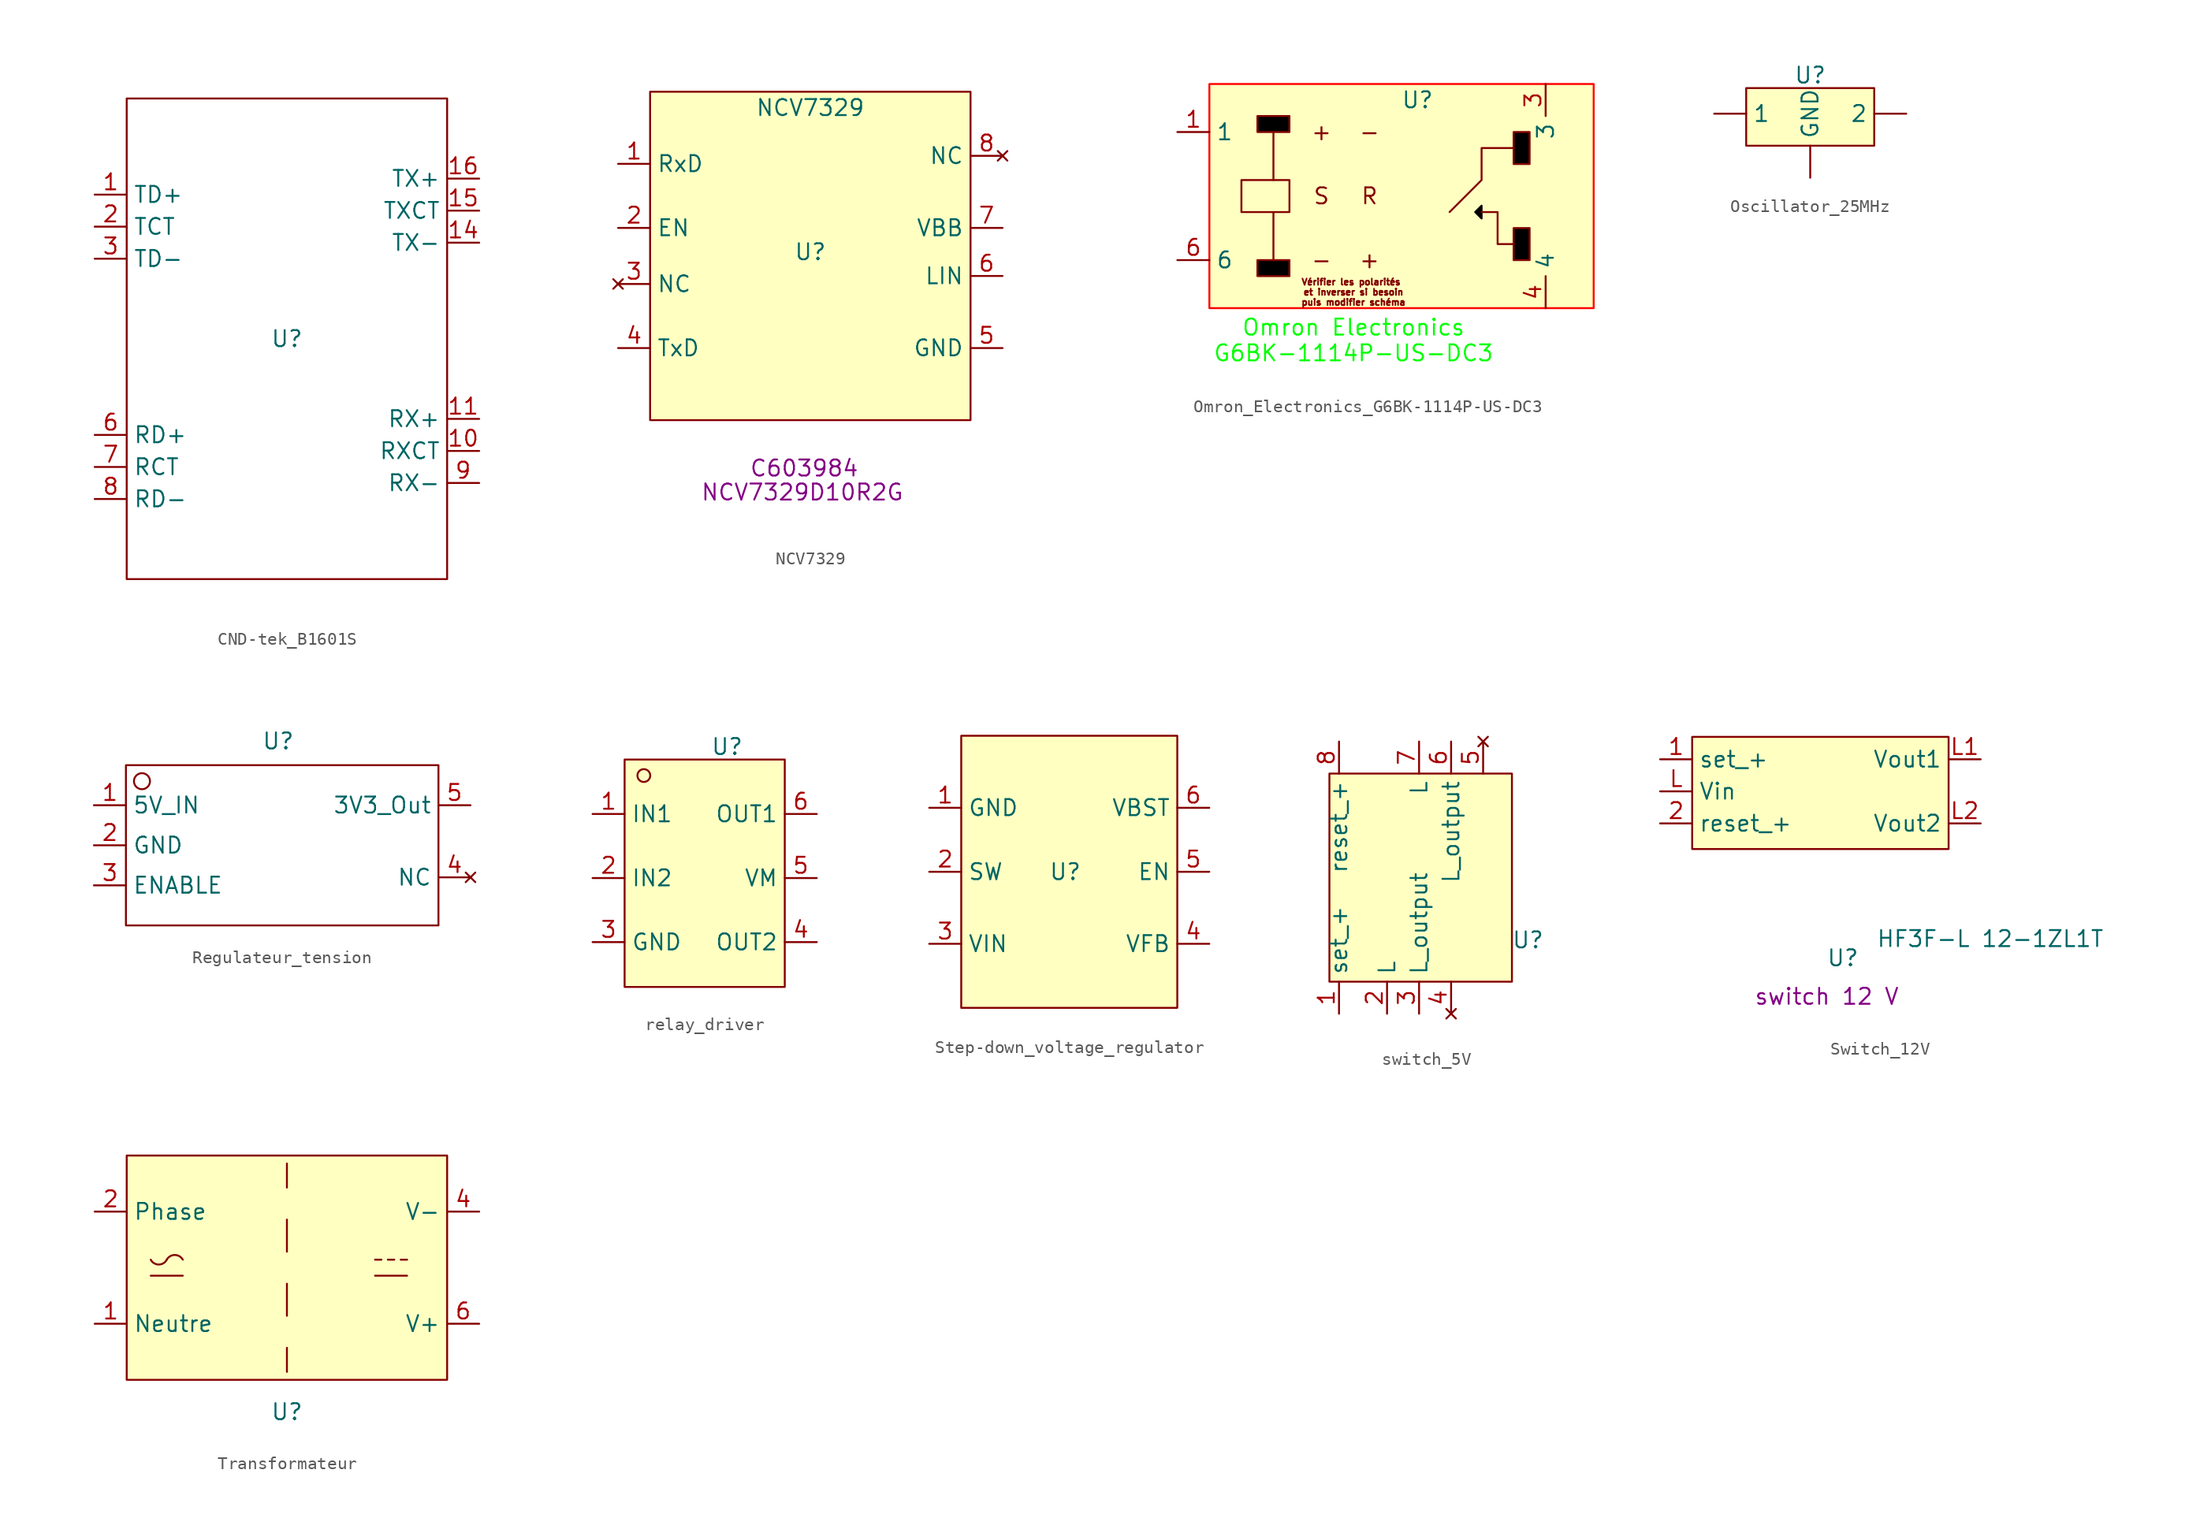
<source format=kicad_sym>
(kicad_symbol_lib
  (version 20231120)
  (generator "kicad_symbol_editor")
  (generator_version "8.0")
  (symbol "CND-tek_B1601S"
    (property "Reference" "U"
      (at 0 0 0)
      (effects (font (size 1.27 1.27))))
    (property "Value" ""
      (at 0 0 0)
      (effects (font (size 1.27 1.27))))
    (symbol "CND-tek_B1601S_0_1"
      (rectangle (start -12.7 19.05) (end 12.7 -19.05) (stroke (width 0) (type default)) (fill (type none))))
    (symbol "CND-tek_B1601S_1_1"
      (pin input line (at -15.24 11.43 0) (length 2.54) (name "TD+" (effects (font (size 1.27 1.27)))) (number "1" (effects (font (size 1.27 1.27)))))
      (pin power_in line (at 15.24 -8.89 180) (length 2.54) (name "RXCT" (effects (font (size 1.27 1.27)))) (number "10" (effects (font (size 1.27 1.27)))))
      (pin input line (at 15.24 -6.35 180) (length 2.54) (name "RX+" (effects (font (size 1.27 1.27)))) (number "11" (effects (font (size 1.27 1.27)))))
      (pin output line (at 15.24 7.62 180) (length 2.54) (name "TX-" (effects (font (size 1.27 1.27)))) (number "14" (effects (font (size 1.27 1.27)))))
      (pin power_in line (at 15.24 10.16 180) (length 2.54) (name "TXCT" (effects (font (size 1.27 1.27)))) (number "15" (effects (font (size 1.27 1.27)))))
      (pin output line (at 15.24 12.7 180) (length 2.54) (name "TX+" (effects (font (size 1.27 1.27)))) (number "16" (effects (font (size 1.27 1.27)))))
      (pin power_in line (at -15.24 8.89 0) (length 2.54) (name "TCT" (effects (font (size 1.27 1.27)))) (number "2" (effects (font (size 1.27 1.27)))))
      (pin input line (at -15.24 6.35 0) (length 2.54) (name "TD-" (effects (font (size 1.27 1.27)))) (number "3" (effects (font (size 1.27 1.27)))))
      (pin output line (at -15.24 -7.62 0) (length 2.54) (name "RD+" (effects (font (size 1.27 1.27)))) (number "6" (effects (font (size 1.27 1.27)))))
      (pin power_in line (at -15.24 -10.16 0) (length 2.54) (name "RCT" (effects (font (size 1.27 1.27)))) (number "7" (effects (font (size 1.27 1.27)))))
      (pin output line (at -15.24 -12.7 0) (length 2.54) (name "RD-" (effects (font (size 1.27 1.27)))) (number "8" (effects (font (size 1.27 1.27)))))
      (pin power_in line (at 15.24 -11.43 180) (length 2.54) (name "RX-" (effects (font (size 1.27 1.27)))) (number "9" (effects (font (size 1.27 1.27)))))))
  (symbol "NCV7329"
    (property "Reference" "U"
      (at 0 0 0)
      (effects (font (size 1.27 1.27))))
    (property "Value" "NCV7329"
      (at 0 11.43 0)
      (effects (font (size 1.27 1.27))))
    (property "MPN" "NCV7329D10R2G"
      (at -0.635 -19.05 0)
      (effects (font (size 1.27 1.27))))
    (property "LCSC" "C603984 "
      (at 0 -17.145 0)
      (effects (font (size 1.27 1.27))))
    (symbol "NCV7329_1_1"
      (rectangle (start -12.7 12.7) (end 12.7 -13.335) (stroke (width 0) (type default)) (fill (type background)))
      (pin output line (at -15.24 6.985 0) (length 2.54) (name "RxD" (effects (font (size 1.27 1.27)))) (number "1" (effects (font (size 1.27 1.27)))))
      (pin input line (at -15.24 1.905 0) (length 2.54) (name "EN" (effects (font (size 1.27 1.27)))) (number "2" (effects (font (size 1.27 1.27)))))
      (pin no_connect line (at -15.24 -2.54 0) (length 2.54) (name "NC" (effects (font (size 1.27 1.27)))) (number "3" (effects (font (size 1.27 1.27)))))
      (pin input line (at -15.24 -7.62 0) (length 2.54) (name "TxD" (effects (font (size 1.27 1.27)))) (number "4" (effects (font (size 1.27 1.27)))))
      (pin power_in line (at 15.24 -7.62 180) (length 2.54) (name "GND" (effects (font (size 1.27 1.27)))) (number "5" (effects (font (size 1.27 1.27)))))
      (pin bidirectional line (at 15.24 -1.905 180) (length 2.54) (name "LIN" (effects (font (size 1.27 1.27)))) (number "6" (effects (font (size 1.27 1.27)))))
      (pin power_in line (at 15.24 1.905 180) (length 2.54) (name "VBB" (effects (font (size 1.27 1.27)))) (number "7" (effects (font (size 1.27 1.27)))))
      (pin no_connect line (at 15.24 7.62 180) (length 2.54) (name "NC" (effects (font (size 1.27 1.27)))) (number "8" (effects (font (size 1.27 1.27)))))))
  (symbol "Omron_Electronics_G6BK-1114P-US-DC3"
    (property "Reference" "U"
      (at 1.27 7.62 0)
      (effects (font (size 1.27 1.27))))
    (property "Value" ""
      (at -20.32 0 0)
      (effects (font (size 1.27 1.27))))
    (symbol "Omron_Electronics_G6BK-1114P-US-DC3_1_1"
      (rectangle (start -15.24 8.89) (end 15.24 -8.89) (stroke (width 0) (type default) (color 255 0 0 1)) (fill (type background)))
      (rectangle (start -12.7 1.27) (end -8.89 -1.27) (stroke (width 0) (type default)) (fill (type none)))
      (rectangle (start -11.43 -5.08) (end -8.89 -6.35) (stroke (width 0) (type default)) (fill (type color) (color 0 0 0 1)))
      (rectangle (start -11.43 6.35) (end -8.89 5.08) (stroke (width 0) (type default)) (fill (type color) (color 0 0 0 1)))
      (polyline (pts (xy -10.16 -1.27) (xy -10.16 -5.08)) (stroke (width 0) (type default)) (fill (type none)))
      (polyline (pts (xy -10.16 5.08) (xy -10.16 1.27)) (stroke (width 0) (type default)) (fill (type none)))
      (polyline (pts (xy 6.35 -1.778) (xy 5.842 -1.27) (xy 6.35 -0.762) (xy 6.35 -1.778)) (stroke (width 0) (type default) (color 0 0 0 1)) (fill (type color) (color 0 0 0 1)))
      (polyline (pts (xy 8.89 -3.81) (xy 7.62 -3.81) (xy 7.62 -1.27) (xy 6.35 -1.27)) (stroke (width 0) (type default)) (fill (type none)))
      (polyline (pts (xy 8.89 3.81) (xy 6.35 3.81) (xy 6.35 1.27) (xy 3.81 -1.27)) (stroke (width 0) (type default)) (fill (type none)))
      (rectangle (start 8.89 -2.54) (end 10.16 -5.08) (stroke (width 0) (type default)) (fill (type color) (color 0 0 0 1)))
      (rectangle (start 8.89 2.54) (end 10.16 5.08) (stroke (width 0) (type default)) (fill (type color) (color 0 0 0 1)))
      (text "+" (at -6.35 5.08 0) (effects (font (size 1.27 1.27))))
      (text "+" (at -2.54 -5.08 0) (effects (font (size 1.27 1.27))))
      (text "-" (at -6.35 -5.08 0) (effects (font (size 1.27 1.27))))
      (text "-" (at -2.54 5.08 0) (effects (font (size 1.27 1.27))))
      (text "Omron Electronics\nG6BK-1114P-US-DC3" (at -3.81 -11.43 0) (effects (font (size 1.27 1.27) (color 0 255 0 1))))
      (text "R" (at -2.54 0 0) (effects (font (size 1.27 1.27))))
      (text "S" (at -6.35 0 0) (effects (font (size 1.27 1.27))))
      (text "Vérifier les polarités \net inverser si besoin\npuis modifier schéma" (at -3.81 -7.62 0) (effects (font (size 0.5 0.5))))
      (pin input line (at -17.78 5.08 0) (length 2.54) (name "1" (effects (font (size 1.27 1.27)))) (number "1" (effects (font (size 1.27 1.27)))))
      (pin power_out line (at 11.43 8.89 270) (length 2.54) (name "3" (effects (font (size 1.27 1.27)))) (number "3" (effects (font (size 1.27 1.27)))))
      (pin power_in line (at 11.43 -8.89 90) (length 2.54) (name "4" (effects (font (size 1.27 1.27)))) (number "4" (effects (font (size 1.27 1.27)))))
      (pin input line (at -17.78 -5.08 0) (length 2.54) (name "6" (effects (font (size 1.27 1.27)))) (number "6" (effects (font (size 1.27 1.27)))))))
  (symbol "Oscillator_25MHz"
    (property "Reference" "U"
      (at 0 3.048 0)
      (effects (font (size 1.27 1.27))))
    (property "Value" ""
      (at 0 0 0)
      (effects (font (size 1.27 1.27))))
    (symbol "Oscillator_25MHz_1_1"
      (rectangle (start -5.08 2.032) (end 5.08 -2.54) (stroke (width 0) (type default)) (fill (type background)))
      (pin input line (at -7.62 0 0) (length 2.54) (name "1" (effects (font (size 1.27 1.27)))) (number "" (effects (font (size 1.27 1.27)))))
      (pin output line (at 7.62 0 180) (length 2.54) (name "2" (effects (font (size 1.27 1.27)))) (number "" (effects (font (size 1.27 1.27)))))
      (pin output line (at 0 -5.08 90) (length 2.54) (name "GND" (effects (font (size 1.27 1.27)))) (number "" (effects (font (size 1.27 1.27)))))))
  (symbol "Regulateur_tension"
    (property "Reference" "U"
      (at 0 8.255 0)
      (effects (font (size 1.27 1.27))))
    (property "Value" ""
      (at 0 0 0)
      (effects (font (size 1.27 1.27))))
    (symbol "Regulateur_tension_0_1"
      (circle (center -10.795 5.08) (radius 0.635) (stroke (width 0) (type default)) (fill (type none)))
      (rectangle (start 12.7 6.35) (end -12.065 -6.35) (stroke (width 0) (type default)) (fill (type none))))
    (symbol "Regulateur_tension_1_1"
      (pin power_in line (at -14.605 3.175 0) (length 2.54) (name "5V_IN" (effects (font (size 1.27 1.27)))) (number "1" (effects (font (size 1.27 1.27)))))
      (pin power_in line (at -14.605 0 0) (length 2.54) (name "GND" (effects (font (size 1.27 1.27)))) (number "2" (effects (font (size 1.27 1.27)))))
      (pin input line (at -14.605 -3.175 0) (length 2.54) (name "ENABLE" (effects (font (size 1.27 1.27)))) (number "3" (effects (font (size 1.27 1.27)))))
      (pin no_connect line (at 15.24 -2.54 180) (length 2.54) (name "NC" (effects (font (size 1.27 1.27)))) (number "4" (effects (font (size 1.27 1.27)))))
      (pin power_out line (at 15.24 3.175 180) (length 2.54) (name "3V3_Out" (effects (font (size 1.27 1.27)))) (number "5" (effects (font (size 1.27 1.27)))))))
  (symbol "relay_driver"
    (property "Reference" "U"
      (at 0.508 7.874 0)
      (effects (font (size 1.27 1.27))))
    (property "Value" ""
      (at 0 0 0)
      (effects (font (size 1.27 1.27))))
    (symbol "relay_driver_1_1"
      (rectangle (start -7.62 6.858) (end 5.08 -11.176) (stroke (width 0) (type default)) (fill (type background)))
      (circle (center -6.096 5.588) (radius 0.508) (stroke (width 0) (type default)) (fill (type none)))
      (pin input line (at -10.16 2.54 0) (length 2.54) (name "IN1" (effects (font (size 1.27 1.27)))) (number "1" (effects (font (size 1.27 1.27)))))
      (pin input line (at -10.16 -2.54 0) (length 2.54) (name "IN2" (effects (font (size 1.27 1.27)))) (number "2" (effects (font (size 1.27 1.27)))))
      (pin passive line (at -10.16 -7.62 0) (length 2.54) (name "GND" (effects (font (size 1.27 1.27)))) (number "3" (effects (font (size 1.27 1.27)))))
      (pin output line (at 7.62 -7.62 180) (length 2.54) (name "OUT2" (effects (font (size 1.27 1.27)))) (number "4" (effects (font (size 1.27 1.27)))))
      (pin power_in line (at 7.62 -2.54 180) (length 2.54) (name "VM" (effects (font (size 1.27 1.27)))) (number "5" (effects (font (size 1.27 1.27)))))
      (pin output line (at 7.62 2.54 180) (length 2.54) (name "OUT1" (effects (font (size 1.27 1.27)))) (number "6" (effects (font (size 1.27 1.27)))))))
  (symbol "Step-down_voltage_regulator"
    (property "Reference" "U"
      (at 0 0 0)
      (effects (font (size 1.27 1.27))))
    (property "Value" ""
      (at 0 0 0)
      (effects (font (size 1.27 1.27))))
    (symbol "Step-down_voltage_regulator_1_1"
      (rectangle (start -8.255 10.795) (end 8.89 -10.795) (stroke (width 0) (type default)) (fill (type background)))
      (pin input line (at -10.795 5.08 0) (length 2.54) (name "GND" (effects (font (size 1.27 1.27)))) (number "1" (effects (font (size 1.27 1.27)))))
      (pin output line (at -10.795 0 0) (length 2.54) (name "SW" (effects (font (size 1.27 1.27)))) (number "2" (effects (font (size 1.27 1.27)))))
      (pin input line (at -10.795 -5.715 0) (length 2.54) (name "VIN" (effects (font (size 1.27 1.27)))) (number "3" (effects (font (size 1.27 1.27)))))
      (pin input line (at 11.43 -5.715 180) (length 2.54) (name "VFB" (effects (font (size 1.27 1.27)))) (number "4" (effects (font (size 1.27 1.27)))))
      (pin input line (at 11.43 0 180) (length 2.54) (name "EN" (effects (font (size 1.27 1.27)))) (number "5" (effects (font (size 1.27 1.27)))))
      (pin output line (at 11.43 5.08 180) (length 2.54) (name "VBST" (effects (font (size 1.27 1.27)))) (number "6" (effects (font (size 1.27 1.27)))))))
  (symbol "switch_5V"
    (property "Reference" "U"
      (at 8.636 -4.318 0)
      (effects (font (size 1.27 1.27))))
    (property "Value" ""
      (at 0 0 0)
      (effects (font (size 1.27 1.27))))
    (symbol "switch_5V_1_1"
      (rectangle (start -7.112 8.89) (end 7.366 -7.62) (stroke (width 0) (type default)) (fill (type background)))
      (pin bidirectional line (at -6.35 -10.16 90) (length 2.54) (name "set_+" (effects (font (size 1.27 1.27)))) (number "1" (effects (font (size 1.27 1.27)))))
      (pin power_in line (at -2.54 -10.16 90) (length 2.54) (name "L" (effects (font (size 1.27 1.27)))) (number "2" (effects (font (size 1.27 1.27)))))
      (pin power_out line (at 0 -10.16 90) (length 2.54) (name "L_output" (effects (font (size 1.27 1.27)))) (number "3" (effects (font (size 1.27 1.27)))))
      (pin no_connect line (at 2.54 -10.16 90) (length 2.54) (name "" (effects (font (size 1.27 1.27)))) (number "4" (effects (font (size 1.27 1.27)))))
      (pin no_connect line (at 5.08 11.43 270) (length 2.54) (name "" (effects (font (size 1.27 1.27)))) (number "5" (effects (font (size 1.27 1.27)))))
      (pin power_out line (at 2.54 11.43 270) (length 2.54) (name "L_output" (effects (font (size 1.27 1.27)))) (number "6" (effects (font (size 1.27 1.27)))))
      (pin power_in line (at 0 11.43 270) (length 2.54) (name "L" (effects (font (size 1.27 1.27)))) (number "7" (effects (font (size 1.27 1.27)))))
      (pin bidirectional line (at -6.35 11.43 270) (length 2.54) (name "reset_+" (effects (font (size 1.27 1.27)))) (number "8" (effects (font (size 1.27 1.27)))))))
  (symbol "Switch_12V"
    (property "Reference" "U"
      (at 1.778 -13.208 0)
      (effects (font (size 1.27 1.27))))
    (property "Value" "HF3F-L 12-1ZL1T"
      (at 13.462 -11.684 0)
      (effects (font (size 1.27 1.27))))
    (property "Description" "switch 12 V"
      (at 0.508 -16.256 0)
      (effects (font (size 1.27 1.27))))
    (symbol "Switch_12V_1_1"
      (rectangle (start -10.16 4.318) (end 10.16 -4.572) (stroke (width 0) (type default)) (fill (type background)))
      (pin input line (at -12.7 2.54 0) (length 2.54) (name "set_+" (effects (font (size 1.27 1.27)))) (number "1" (effects (font (size 1.27 1.27)))))
      (pin input line (at -12.7 -2.54 0) (length 2.54) (name "reset_+" (effects (font (size 1.27 1.27)))) (number "2" (effects (font (size 1.27 1.27)))))
      (pin input line (at -12.7 0 0) (length 2.54) (name "Vin" (effects (font (size 1.27 1.27)))) (number "L" (effects (font (size 1.27 1.27)))))
      (pin output line (at 12.7 2.54 180) (length 2.54) (name "Vout1" (effects (font (size 1.27 1.27)))) (number "L1" (effects (font (size 1.27 1.27)))))
      (pin output line (at 12.7 -2.54 180) (length 2.54) (name "Vout2" (effects (font (size 1.27 1.27)))) (number "L2" (effects (font (size 1.27 1.27)))))))
  (symbol "Transformateur"
    (property "Reference" "U"
      (at 0 -11.43 0)
      (effects (font (size 1.27 1.27))))
    (property "Value" ""
      (at 0 0 0)
      (effects (font (size 1.27 1.27))))
    (symbol "Transformateur_0_1"
      (arc (start -10.795 0.635) (mid -10.16 0.2495) (end -9.525 0.635) (stroke (width 0) (type default)) (fill (type none)))
      (arc (start -8.255 0.635) (mid -8.89 1.0072) (end -9.525 0.635) (stroke (width 0) (type default)) (fill (type none)))
      (polyline (pts (xy -10.795 -0.635) (xy -8.255 -0.635)) (stroke (width 0) (type default)) (fill (type none)))
      (polyline (pts (xy 6.985 -0.635) (xy 9.525 -0.635)) (stroke (width 0) (type default)) (fill (type none)))
      (polyline (pts (xy 6.985 0.635) (xy 7.493 0.635)) (stroke (width 0) (type default)) (fill (type none)))
      (polyline (pts (xy 8.001 0.635) (xy 8.509 0.635)) (stroke (width 0) (type default)) (fill (type none)))
      (polyline (pts (xy 9.017 0.635) (xy 9.525 0.635)) (stroke (width 0) (type default)) (fill (type none))))
    (symbol "Transformateur_1_1"
      (rectangle (start -12.7 8.89) (end 12.7 -8.89) (stroke (width 0) (type default)) (fill (type background)))
      (polyline (pts (xy 0 -6.35) (xy 0 -8.255)) (stroke (width 0) (type default)) (fill (type none)))
      (polyline (pts (xy 0 -1.27) (xy 0 -3.81)) (stroke (width 0) (type default)) (fill (type none)))
      (polyline (pts (xy 0 3.81) (xy 0 1.27)) (stroke (width 0) (type default)) (fill (type none)))
      (polyline (pts (xy 0 8.255) (xy 0 6.35)) (stroke (width 0) (type default)) (fill (type none)))
      (pin power_in line (at -15.24 -4.445 0) (length 2.54) (name "Neutre" (effects (font (size 1.27 1.27)))) (number "1" (effects (font (size 1.27 1.27)))))
      (pin power_in line (at -15.24 4.445 0) (length 2.54) (name "Phase" (effects (font (size 1.27 1.27)))) (number "2" (effects (font (size 1.27 1.27)))))
      (pin power_out line (at 15.24 4.445 180) (length 2.54) (name "V-" (effects (font (size 1.27 1.27)))) (number "4" (effects (font (size 1.27 1.27)))))
      (pin power_out line (at 15.24 -4.445 180) (length 2.54) (name "V+" (effects (font (size 1.27 1.27)))) (number "6" (effects (font (size 1.27 1.27))))))))
</source>
